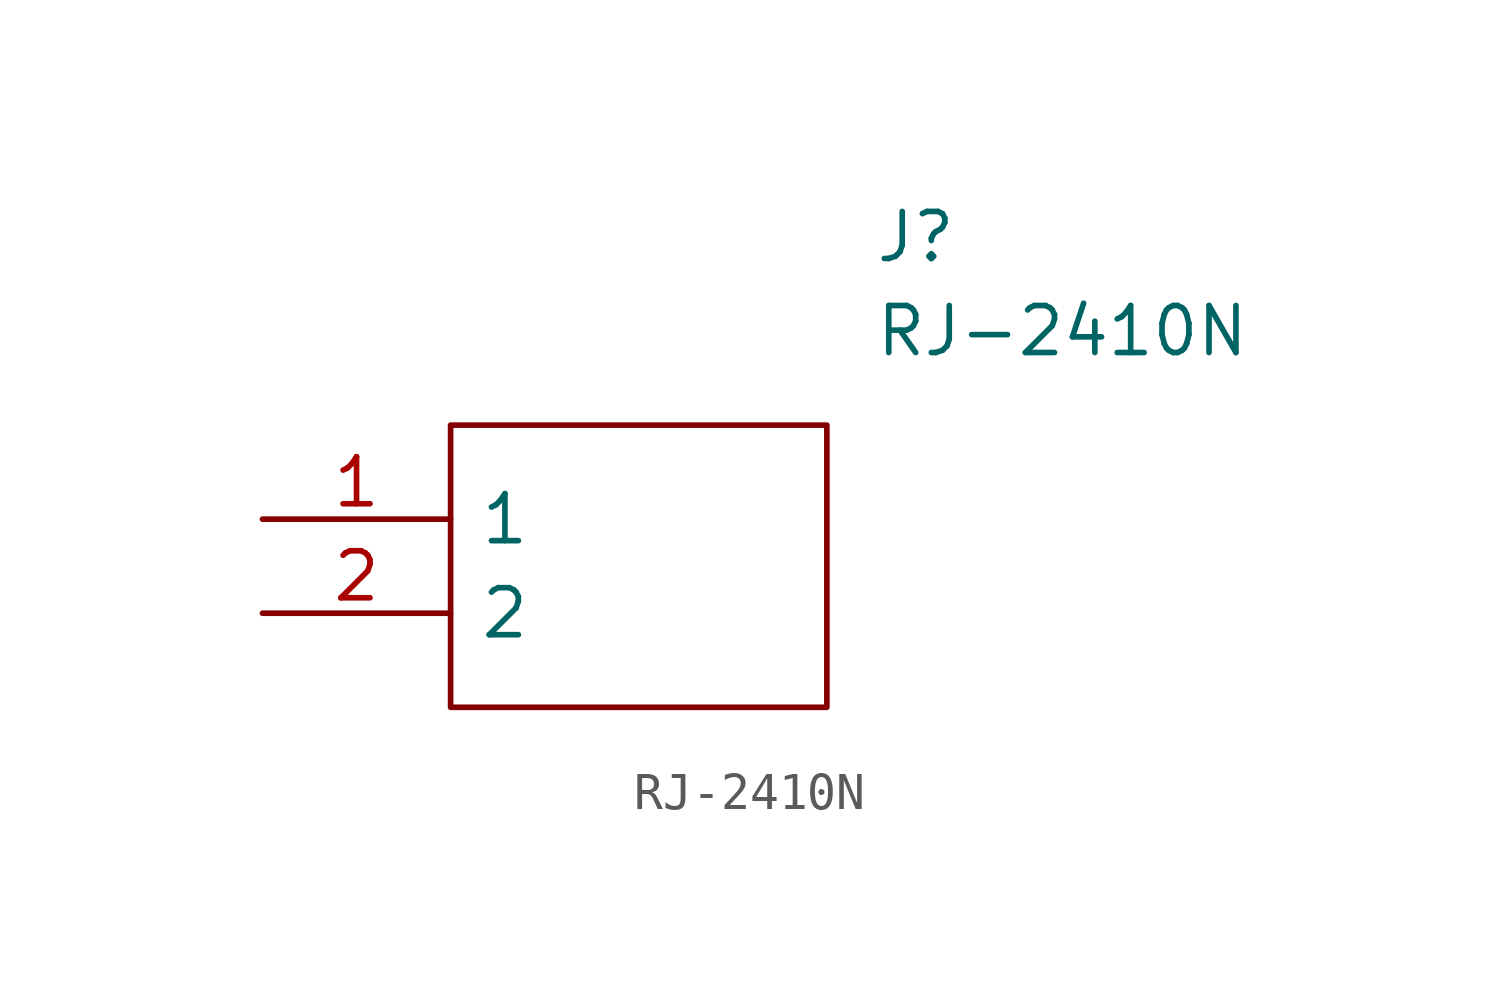
<source format=kicad_sym>
(kicad_symbol_lib
  (version 20211014)
  (generator kicad_symbol_editor)
  (symbol "RJ-2410N"
    (pin_names
      (offset 0.762))
    (property "Reference" "J"
      (at 16.51 7.62 0)
      (effects (font (size 1.27 1.27)) (justify left)))
    (property "Value" "RJ-2410N"
      (at 16.51 5.08 0)
      (effects (font (size 1.27 1.27)) (justify left)))
    (symbol "RJ-2410N_0_0"
      (pin passive line (at 0 0 0) (length 5.08) (name "1" (effects (font (size 1.27 1.27)))) (number "1" (effects (font (size 1.27 1.27)))))
      (pin passive line (at 0 -2.54 0) (length 5.08) (name "2" (effects (font (size 1.27 1.27)))) (number "2" (effects (font (size 1.27 1.27))))))
    (symbol "RJ-2410N_0_1"
      (polyline (pts (xy 5.08 2.54) (xy 15.24 2.54) (xy 15.24 -5.08) (xy 5.08 -5.08) (xy 5.08 2.54)) (stroke (width 0.152) (type default) (color 0 0 0 0)) (fill (type none))))))
</source>
